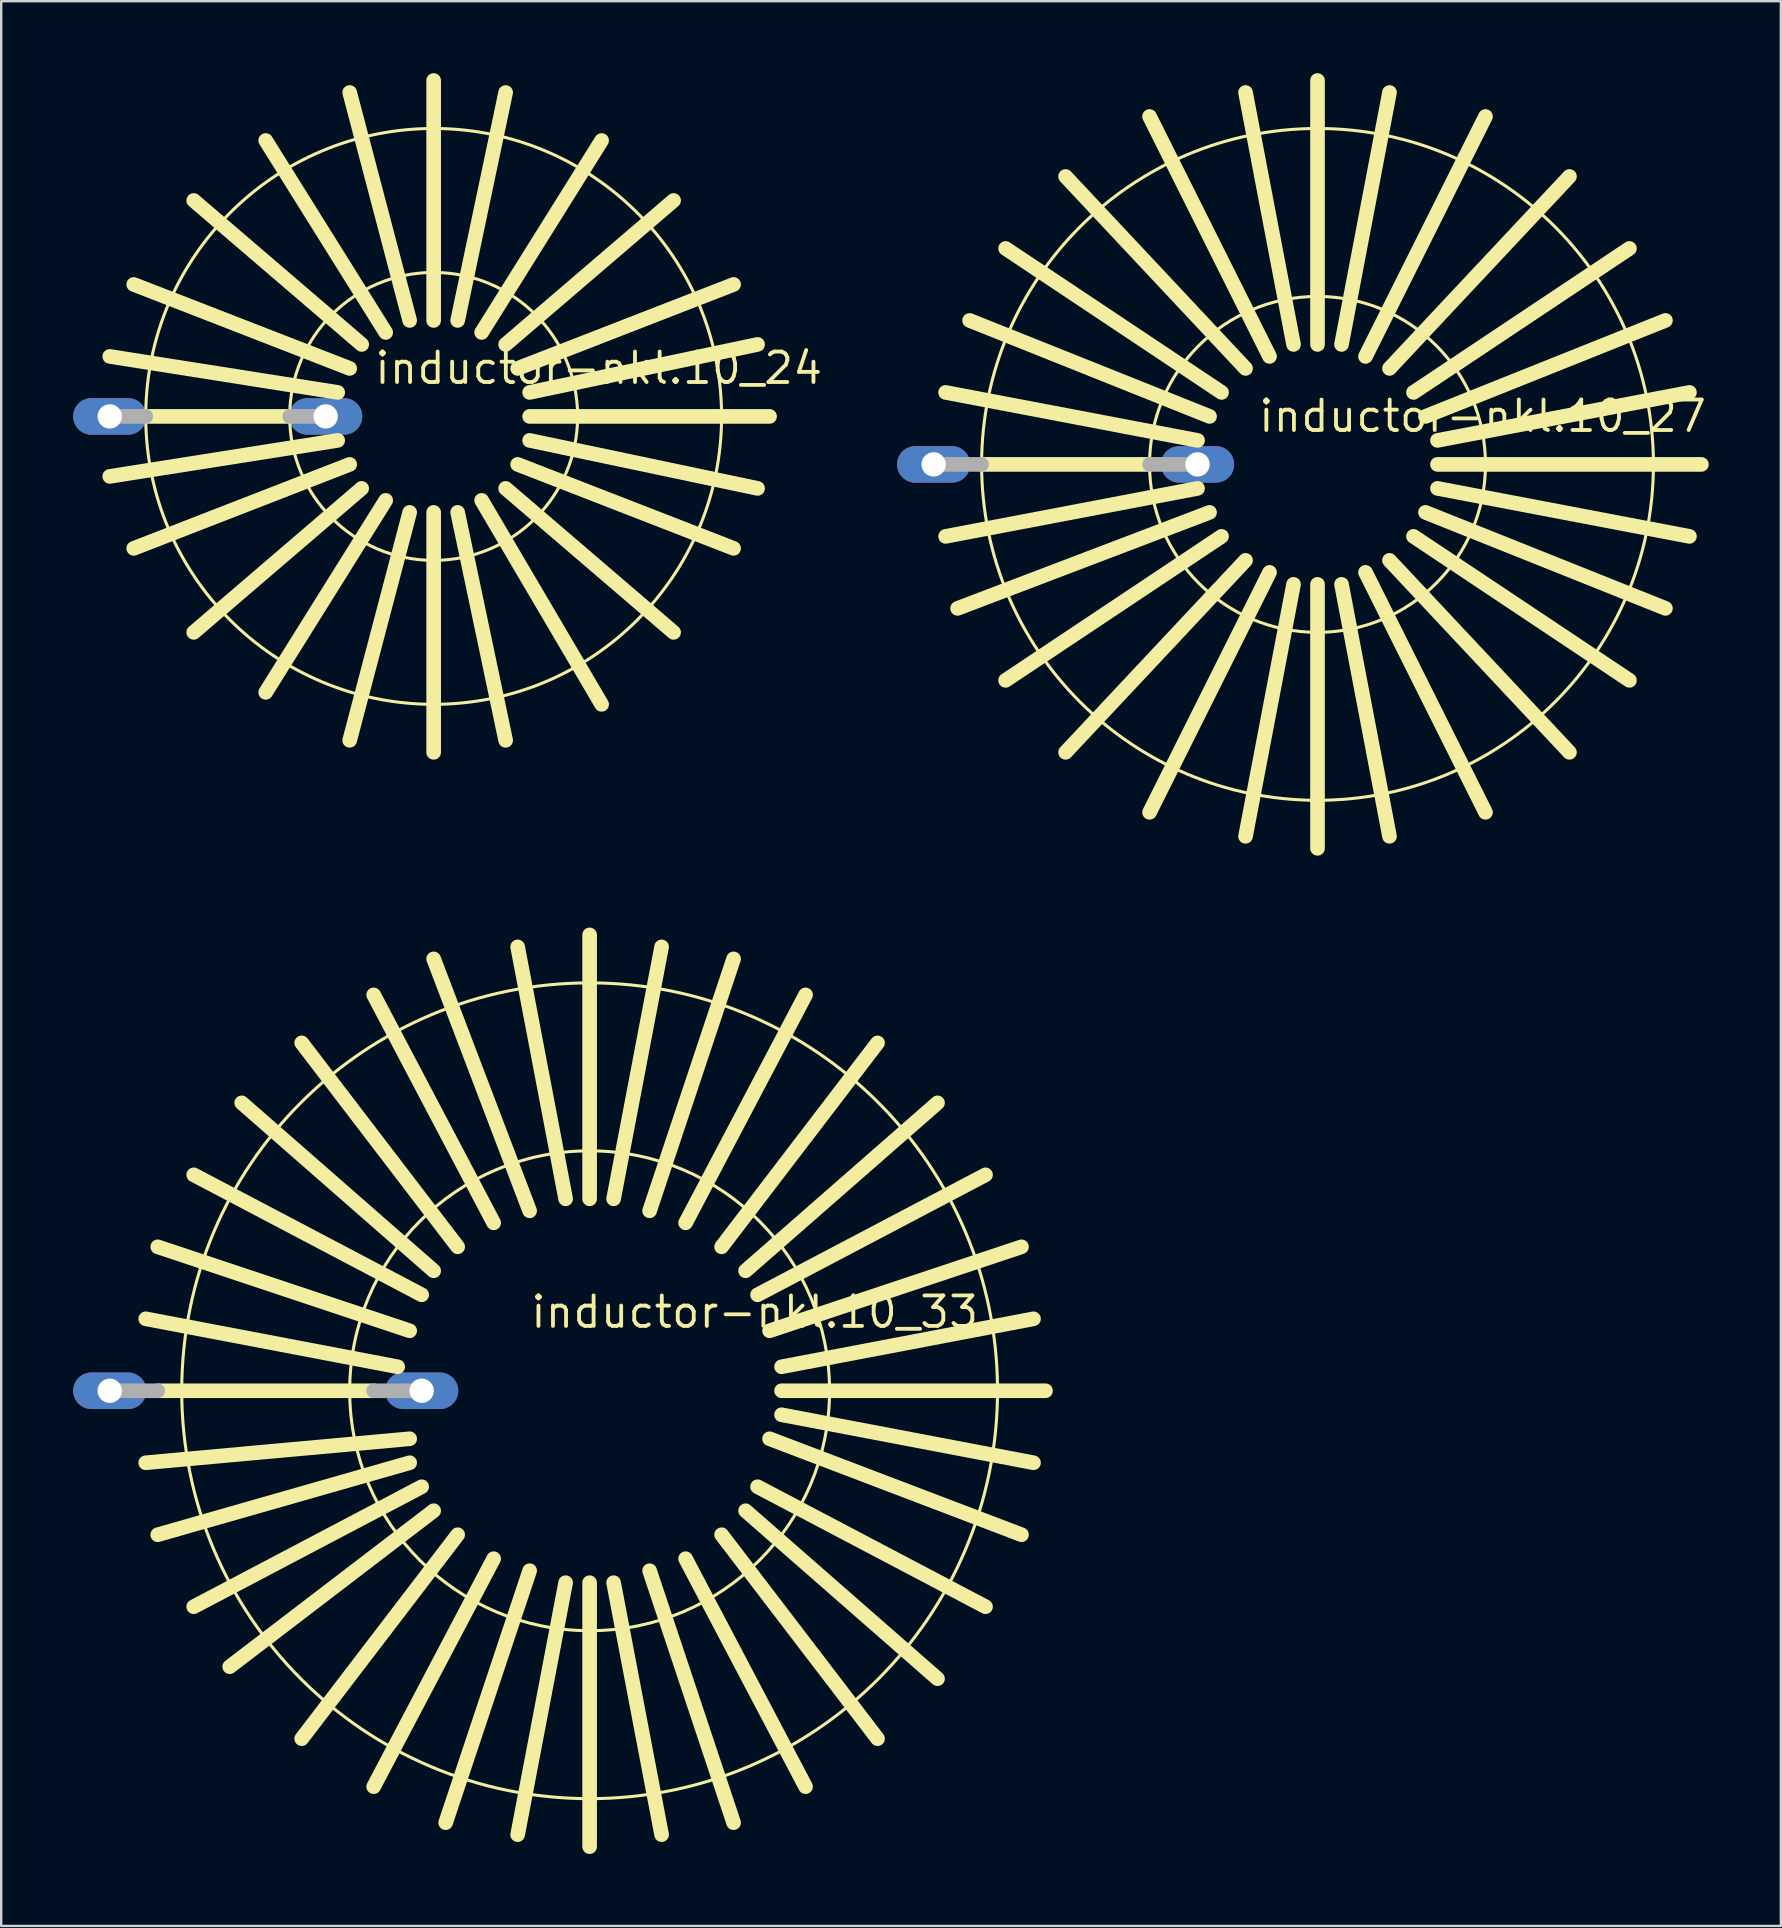
<source format=kicad_pcb>
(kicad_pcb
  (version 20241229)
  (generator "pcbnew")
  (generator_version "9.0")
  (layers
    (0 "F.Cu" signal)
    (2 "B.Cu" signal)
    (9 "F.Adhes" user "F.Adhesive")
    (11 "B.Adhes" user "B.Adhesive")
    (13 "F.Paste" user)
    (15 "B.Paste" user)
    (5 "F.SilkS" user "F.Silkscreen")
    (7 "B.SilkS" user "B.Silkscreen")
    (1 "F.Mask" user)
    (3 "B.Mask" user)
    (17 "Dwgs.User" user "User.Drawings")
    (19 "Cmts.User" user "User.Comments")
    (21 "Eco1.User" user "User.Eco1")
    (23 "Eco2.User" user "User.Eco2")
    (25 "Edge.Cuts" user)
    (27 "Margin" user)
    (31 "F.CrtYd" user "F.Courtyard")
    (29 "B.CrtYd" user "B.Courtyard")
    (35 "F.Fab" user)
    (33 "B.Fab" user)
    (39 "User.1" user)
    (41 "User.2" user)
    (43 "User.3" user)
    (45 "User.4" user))
  (footprint "inductor-nkl.10_27"
    (layer "F.Cu")
    (at 51.861 16.305)
    (property "Reference" "inductor-nkl.10_27" (at -2.54 -1.27 0) (layer "F.SilkS") (effects (font (size 1.27 1.27) (thickness 0.16)) (justify left bottom)))
    (attr through_hole)
    (fp_line (start -14 0) (end -7 0) (stroke (width 0.61) (type default)) (layer "F.SilkS"))
    (fp_line (start -10.5 12) (end -3 4) (stroke (width 0.61) (type default)) (layer "F.SilkS"))
    (fp_line (start -7 14.5) (end -2 4.5) (stroke (width 0.61) (type default)) (layer "F.SilkS"))
    (fp_line (start -5 -1) (end -15.5 -3) (stroke (width 0.61) (type default)) (layer "F.SilkS"))
    (fp_line (start -5 1) (end -15.5 3) (stroke (width 0.61) (type default)) (layer "F.SilkS"))
    (fp_line (start -4.5 -2) (end -14.5 -6) (stroke (width 0.61) (type default)) (layer "F.SilkS"))
    (fp_line (start -4.5 2) (end -15 6) (stroke (width 0.61) (type default)) (layer "F.SilkS"))
    (fp_line (start -4 -3) (end -13 -9) (stroke (width 0.61) (type default)) (layer "F.SilkS"))
    (fp_line (start -4 3) (end -13 9) (stroke (width 0.61) (type default)) (layer "F.SilkS"))
    (fp_line (start -3 -4) (end -10.5 -12) (stroke (width 0.61) (type default)) (layer "F.SilkS"))
    (fp_line (start -2 -4.5) (end -7 -14.5) (stroke (width 0.61) (type default)) (layer "F.SilkS"))
    (fp_line (start -1 -5) (end -3 -15.5) (stroke (width 0.61) (type default)) (layer "F.SilkS"))
    (fp_line (start -1 5) (end -3 15.5) (stroke (width 0.61) (type default)) (layer "F.SilkS"))
    (fp_line (start 0 -5) (end 0 -16) (stroke (width 0.61) (type default)) (layer "F.SilkS"))
    (fp_line (start 0 5) (end 0 16) (stroke (width 0.61) (type default)) (layer "F.SilkS"))
    (fp_line (start 1 -5) (end 3 -15.5) (stroke (width 0.61) (type default)) (layer "F.SilkS"))
    (fp_line (start 2 -4.5) (end 7 -14.5) (stroke (width 0.61) (type default)) (layer "F.SilkS"))
    (fp_line (start 2 4.5) (end 7 14.5) (stroke (width 0.61) (type default)) (layer "F.SilkS"))
    (fp_line (start 3 4) (end 10.5 12) (stroke (width 0.61) (type default)) (layer "F.SilkS"))
    (fp_line (start 3 15.5) (end 1 5) (stroke (width 0.61) (type default)) (layer "F.SilkS"))
    (fp_line (start 4 3) (end 13 9) (stroke (width 0.61) (type default)) (layer "F.SilkS"))
    (fp_line (start 4.5 2) (end 14.5 6) (stroke (width 0.61) (type default)) (layer "F.SilkS"))
    (fp_line (start 5 -1) (end 15.5 -3) (stroke (width 0.61) (type default)) (layer "F.SilkS"))
    (fp_line (start 10.5 -12) (end 3 -4) (stroke (width 0.61) (type default)) (layer "F.SilkS"))
    (fp_line (start 13 -9) (end 4 -3) (stroke (width 0.61) (type default)) (layer "F.SilkS"))
    (fp_line (start 14.5 -6) (end 4.5 -2) (stroke (width 0.61) (type default)) (layer "F.SilkS"))
    (fp_line (start 15.5 3) (end 5 1) (stroke (width 0.61) (type default)) (layer "F.SilkS"))
    (fp_line (start 16 0) (end 5 0) (stroke (width 0.61) (type default)) (layer "F.SilkS"))
    (fp_circle (center 0 0) (end 7 0) (stroke (width 0.127) (type default)) (fill no) (layer "F.SilkS"))
    (fp_circle (center 0 0) (end 14 0) (stroke (width 0.127) (type default)) (fill no) (layer "F.SilkS"))
    (fp_line (start -16 0) (end -14 0) (stroke (width 0.61) (type default)) (layer "F.Fab"))
    (fp_line (start -7 0) (end -5 0) (stroke (width 0.61) (type default)) (layer "F.Fab"))
    (pad "1" thru_hole oval (at -16 0) (size 3.048 1.524) (drill 1.016) (layers "*.Cu" "*.Mask"))
    (pad "2" thru_hole oval (at -5 0) (size 3.048 1.524) (drill 1.016) (layers "*.Cu" "*.Mask")))
  (footprint "inductor-nkl.10_33"
    (layer "F.Cu")
    (at 21.524 54.914)
    (property "Reference" "inductor-nkl.10_33" (at -2.54 -2.54 0) (layer "F.SilkS") (effects (font (size 1.27 1.27) (thickness 0.16)) (justify left bottom)))
    (attr through_hole)
    (fp_line (start -18.5 3) (end -7.5 2) (stroke (width 0.61) (type default)) (layer "F.SilkS"))
    (fp_line (start -18 0) (end -9 0) (stroke (width 0.61) (type default)) (layer "F.SilkS"))
    (fp_line (start -9 -16.5) (end -4 -7) (stroke (width 0.61) (type default)) (layer "F.SilkS"))
    (fp_line (start -9 16.5) (end -4 7) (stroke (width 0.61) (type default)) (layer "F.SilkS"))
    (fp_line (start -8 -1) (end -18.5 -3) (stroke (width 0.61) (type default)) (layer "F.SilkS"))
    (fp_line (start -7.5 -2.5) (end -18 -6) (stroke (width 0.61) (type default)) (layer "F.SilkS"))
    (fp_line (start -7.5 3) (end -18 6) (stroke (width 0.61) (type default)) (layer "F.SilkS"))
    (fp_line (start -7 -4) (end -16.5 -9) (stroke (width 0.61) (type default)) (layer "F.SilkS"))
    (fp_line (start -7 4) (end -16.5 9) (stroke (width 0.61) (type default)) (layer "F.SilkS"))
    (fp_line (start -6.5 -18) (end -2.5 -7.5) (stroke (width 0.61) (type default)) (layer "F.SilkS"))
    (fp_line (start -6.5 -5) (end -14.5 -12) (stroke (width 0.61) (type default)) (layer "F.SilkS"))
    (fp_line (start -6.5 5) (end -15 11.5) (stroke (width 0.61) (type default)) (layer "F.SilkS"))
    (fp_line (start -6 18) (end -2.5 7.5) (stroke (width 0.61) (type default)) (layer "F.SilkS"))
    (fp_line (start -5.5 -6) (end -12 -14.5) (stroke (width 0.61) (type default)) (layer "F.SilkS"))
    (fp_line (start -5.5 6) (end -12 14.5) (stroke (width 0.61) (type default)) (layer "F.SilkS"))
    (fp_line (start -1 -8) (end -3 -18.5) (stroke (width 0.61) (type default)) (layer "F.SilkS"))
    (fp_line (start -1 8) (end -3 18.5) (stroke (width 0.61) (type default)) (layer "F.SilkS"))
    (fp_line (start 0 -8) (end 0 -19) (stroke (width 0.61) (type default)) (layer "F.SilkS"))
    (fp_line (start 0 8) (end 0 19) (stroke (width 0.61) (type default)) (layer "F.SilkS"))
    (fp_line (start 1 -8) (end 3 -18.5) (stroke (width 0.61) (type default)) (layer "F.SilkS"))
    (fp_line (start 1 8) (end 3 18.5) (stroke (width 0.61) (type default)) (layer "F.SilkS"))
    (fp_line (start 4 -7) (end 9 -16.5) (stroke (width 0.61) (type default)) (layer "F.SilkS"))
    (fp_line (start 5.5 -6) (end 12 -14.5) (stroke (width 0.61) (type default)) (layer "F.SilkS"))
    (fp_line (start 5.5 6) (end 12 14.5) (stroke (width 0.61) (type default)) (layer "F.SilkS"))
    (fp_line (start 6 -18) (end 2.5 -7.5) (stroke (width 0.61) (type default)) (layer "F.SilkS"))
    (fp_line (start 6 18) (end 2.5 7.5) (stroke (width 0.61) (type default)) (layer "F.SilkS"))
    (fp_line (start 6.5 -5) (end 14.5 -12) (stroke (width 0.61) (type default)) (layer "F.SilkS"))
    (fp_line (start 6.5 5) (end 14.5 12) (stroke (width 0.61) (type default)) (layer "F.SilkS"))
    (fp_line (start 7 -4) (end 16.5 -9) (stroke (width 0.61) (type default)) (layer "F.SilkS"))
    (fp_line (start 7 4) (end 16.5 9) (stroke (width 0.61) (type default)) (layer "F.SilkS"))
    (fp_line (start 7.5 -2.5) (end 18 -6) (stroke (width 0.61) (type default)) (layer "F.SilkS"))
    (fp_line (start 7.5 2) (end 18 6) (stroke (width 0.61) (type default)) (layer "F.SilkS"))
    (fp_line (start 8 -1) (end 18.5 -3) (stroke (width 0.61) (type default)) (layer "F.SilkS"))
    (fp_line (start 8 0) (end 19 0) (stroke (width 0.61) (type default)) (layer "F.SilkS"))
    (fp_line (start 8 1) (end 18.5 3) (stroke (width 0.61) (type default)) (layer "F.SilkS"))
    (fp_line (start 9 16.5) (end 4 7) (stroke (width 0.61) (type default)) (layer "F.SilkS"))
    (fp_circle (center 0 0) (end 10 0) (stroke (width 0.127) (type default)) (fill no) (layer "F.SilkS"))
    (fp_circle (center 0 0) (end 17 0) (stroke (width 0.127) (type default)) (fill no) (layer "F.SilkS"))
    (fp_line (start -20 0) (end -18 0) (stroke (width 0.61) (type default)) (layer "F.Fab"))
    (fp_line (start -9 0) (end -7 0) (stroke (width 0.61) (type default)) (layer "F.Fab"))
    (pad "1" thru_hole oval (at -20 0) (size 3.048 1.524) (drill 1.016) (layers "*.Cu" "*.Mask"))
    (pad "2" thru_hole oval (at -7 0) (size 3.048 1.524) (drill 1.016) (layers "*.Cu" "*.Mask")))
  (footprint "inductor-nkl.10_24"
    (layer "F.Cu")
    (at 15.024 14.305)
    (property "Reference" "inductor-nkl.10_24" (at -2.54 -1.27 0) (layer "F.SilkS") (effects (font (size 1.27 1.27) (thickness 0.16)) (justify left bottom)))
    (attr through_hole)
    (fp_line (start -12 0) (end -6 0) (stroke (width 0.61) (type default)) (layer "F.SilkS"))
    (fp_line (start -4 -1) (end -13.5 -2.5) (stroke (width 0.61) (type default)) (layer "F.SilkS"))
    (fp_line (start -4 1) (end -13.5 2.5) (stroke (width 0.61) (type default)) (layer "F.SilkS"))
    (fp_line (start -3.5 -2) (end -12.5 -5.5) (stroke (width 0.61) (type default)) (layer "F.SilkS"))
    (fp_line (start -3.5 2) (end -12.5 5.5) (stroke (width 0.61) (type default)) (layer "F.SilkS"))
    (fp_line (start -3 -3) (end -10 -9) (stroke (width 0.61) (type default)) (layer "F.SilkS"))
    (fp_line (start -3 3) (end -10 9) (stroke (width 0.61) (type default)) (layer "F.SilkS"))
    (fp_line (start -2 -3.5) (end -7 -11.5) (stroke (width 0.61) (type default)) (layer "F.SilkS"))
    (fp_line (start -2 3.5) (end -7 11.5) (stroke (width 0.61) (type default)) (layer "F.SilkS"))
    (fp_line (start -1 -4) (end -3.5 -13.5) (stroke (width 0.61) (type default)) (layer "F.SilkS"))
    (fp_line (start -1 4) (end -3.5 13.5) (stroke (width 0.61) (type default)) (layer "F.SilkS"))
    (fp_line (start 0 -4) (end 0 -14) (stroke (width 0.61) (type default)) (layer "F.SilkS"))
    (fp_line (start 0 4) (end 0 14) (stroke (width 0.61) (type default)) (layer "F.SilkS"))
    (fp_line (start 1 -4) (end 3 -13.5) (stroke (width 0.61) (type default)) (layer "F.SilkS"))
    (fp_line (start 1 4) (end 3 13.5) (stroke (width 0.61) (type default)) (layer "F.SilkS"))
    (fp_line (start 2 -3.5) (end 7 -11.5) (stroke (width 0.61) (type default)) (layer "F.SilkS"))
    (fp_line (start 2 3.5) (end 7 12) (stroke (width 0.61) (type default)) (layer "F.SilkS"))
    (fp_line (start 3 -3) (end 10 -9) (stroke (width 0.61) (type default)) (layer "F.SilkS"))
    (fp_line (start 3 3) (end 10 9) (stroke (width 0.61) (type default)) (layer "F.SilkS"))
    (fp_line (start 3.5 -2) (end 12.5 -5.5) (stroke (width 0.61) (type default)) (layer "F.SilkS"))
    (fp_line (start 3.5 2) (end 12.5 5.5) (stroke (width 0.61) (type default)) (layer "F.SilkS"))
    (fp_line (start 4 -1) (end 13.5 -3) (stroke (width 0.61) (type default)) (layer "F.SilkS"))
    (fp_line (start 4 0) (end 14 0) (stroke (width 0.61) (type default)) (layer "F.SilkS"))
    (fp_line (start 4 1) (end 13.5 3) (stroke (width 0.61) (type default)) (layer "F.SilkS"))
    (fp_circle (center 0 0) (end 6 0) (stroke (width 0.127) (type default)) (fill no) (layer "F.SilkS"))
    (fp_circle (center 0 0) (end 12 0) (stroke (width 0.127) (type default)) (fill no) (layer "F.SilkS"))
    (fp_line (start -13.5 0) (end -12 0) (stroke (width 0.61) (type default)) (layer "F.Fab"))
    (fp_line (start -6 0) (end -4.5 0) (stroke (width 0.61) (type default)) (layer "F.Fab"))
    (pad "1" thru_hole oval (at -13.5 0) (size 3.048 1.524) (drill 1.016) (layers "*.Cu" "*.Mask"))
    (pad "2" thru_hole oval (at -4.5 0) (size 3.048 1.524) (drill 1.016) (layers "*.Cu" "*.Mask")))
  (gr_rect
    (start -3 -3)
    (end 71.173 77.219)
    (stroke (width 0.1) (type default))
    (fill no)
    (layer "Edge.Cuts")))
</source>
